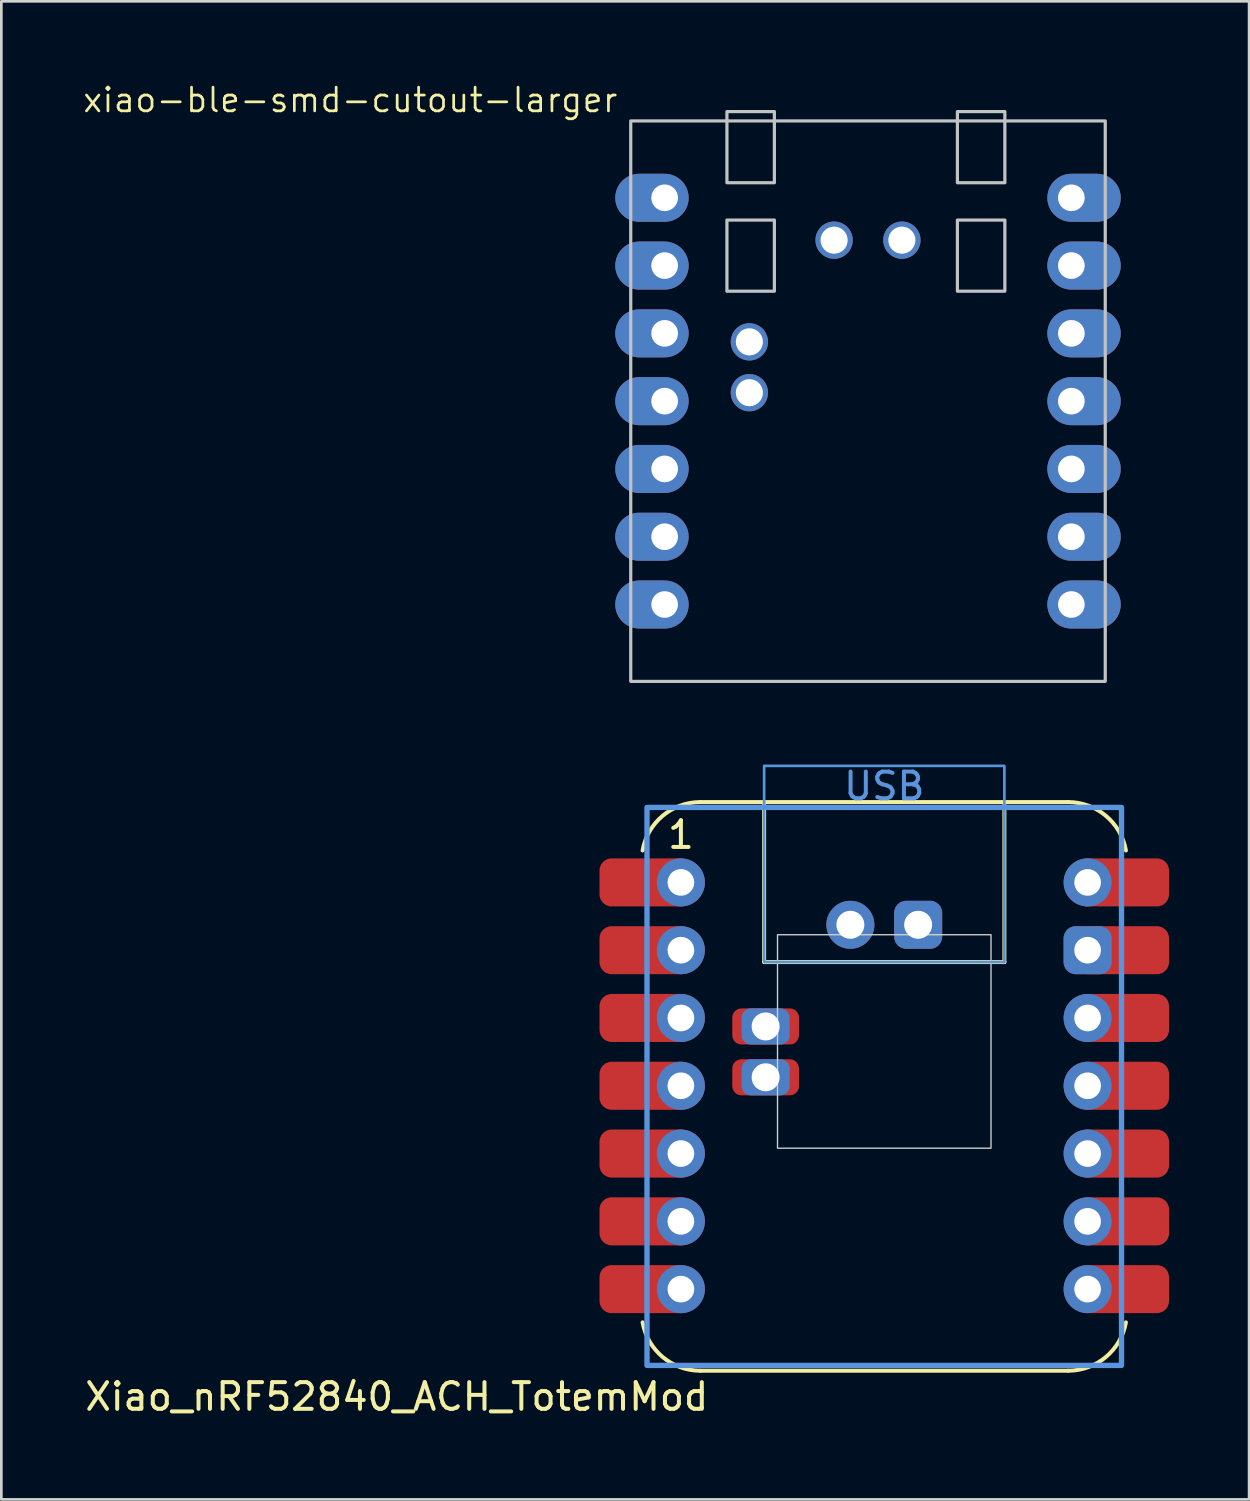
<source format=kicad_pcb>
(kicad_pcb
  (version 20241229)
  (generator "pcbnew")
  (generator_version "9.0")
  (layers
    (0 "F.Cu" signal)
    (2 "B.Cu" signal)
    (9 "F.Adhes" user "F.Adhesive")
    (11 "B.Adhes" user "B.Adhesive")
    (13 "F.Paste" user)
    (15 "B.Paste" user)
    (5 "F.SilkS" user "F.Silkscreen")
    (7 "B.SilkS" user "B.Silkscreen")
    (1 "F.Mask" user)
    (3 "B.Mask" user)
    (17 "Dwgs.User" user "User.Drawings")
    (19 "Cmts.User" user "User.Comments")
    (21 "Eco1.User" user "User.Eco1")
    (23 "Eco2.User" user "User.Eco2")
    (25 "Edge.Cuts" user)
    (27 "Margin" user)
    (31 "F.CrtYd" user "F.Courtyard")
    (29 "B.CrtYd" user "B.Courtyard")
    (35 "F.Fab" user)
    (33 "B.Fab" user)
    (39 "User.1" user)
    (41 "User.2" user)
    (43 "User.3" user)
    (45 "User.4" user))
  (footprint "xiao-ble-smd-cutout-larger"
    (layer "F.Cu")
    (at 29.474 11.981)
    (property "Reference" "xiao-ble-smd-cutout-larger" (at -19.399 -11.283 0) (layer "F.SilkS") (effects (font (size 0.889 0.889) (thickness 0.102))))
    (attr smd exclude_from_pos_files)
    (fp_rect (start -8.89 10.5) (end 8.89 -10.5) (stroke (width 0.12) (type solid)) (fill no) (layer "Dwgs.User"))
    (fp_rect (start -5.286 -6.786) (end -3.508 -4.119) (stroke (width 0.12) (type solid)) (fill no) (layer "Dwgs.User"))
    (fp_rect (start -3.508 -8.183) (end -5.286 -10.85) (stroke (width 0.12) (type solid)) (fill no) (layer "Dwgs.User"))
    (fp_rect (start 3.35 -10.85) (end 5.128 -8.183) (stroke (width 0.12) (type solid)) (fill no) (layer "Dwgs.User"))
    (fp_rect (start 3.35 -6.786) (end 5.128 -4.119) (stroke (width 0.12) (type solid)) (fill no) (layer "Dwgs.User"))
    (pad "1" thru_hole oval (at -7.62 -7.62) (size 2.75 1.8) (drill 1 (offset -0.475 0)) (layers "*.Cu" "*.Mask"))
    (pad "2" thru_hole oval (at -7.62 -5.08) (size 2.75 1.8) (drill 1 (offset -0.475 0)) (layers "*.Cu" "*.Mask"))
    (pad "3" thru_hole oval (at -7.62 -2.54) (size 2.75 1.8) (drill 1 (offset -0.475 0)) (layers "*.Cu" "*.Mask"))
    (pad "4" thru_hole oval (at -7.62 0) (size 2.75 1.8) (drill 1 (offset -0.475 0)) (layers "*.Cu" "*.Mask"))
    (pad "5" thru_hole oval (at -7.62 2.54) (size 2.75 1.8) (drill 1 (offset -0.475 0)) (layers "*.Cu" "*.Mask"))
    (pad "6" thru_hole oval (at -7.62 5.08) (size 2.75 1.8) (drill 1 (offset -0.475 0)) (layers "*.Cu" "*.Mask"))
    (pad "7" thru_hole oval (at -7.62 7.62) (size 2.75 1.8) (drill 1 (offset -0.475 0)) (layers "*.Cu" "*.Mask"))
    (pad "8" thru_hole oval (at 7.62 7.62 180) (size 2.75 1.8) (drill 1 (offset -0.475 0)) (layers "*.Cu" "*.Mask"))
    (pad "9" thru_hole oval (at 7.62 5.08 180) (size 2.75 1.8) (drill 1 (offset -0.475 0)) (layers "*.Cu" "*.Mask"))
    (pad "10" thru_hole oval (at 7.62 2.54 180) (size 2.75 1.8) (drill 1 (offset -0.475 0)) (layers "*.Cu" "*.Mask"))
    (pad "11" thru_hole oval (at 7.62 0 180) (size 2.75 1.8) (drill 1 (offset -0.475 0)) (layers "*.Cu" "*.Mask"))
    (pad "12" thru_hole oval (at 7.62 -2.54 180) (size 2.75 1.8) (drill 1 (offset -0.475 0)) (layers "*.Cu" "*.Mask"))
    (pad "13" thru_hole oval (at 7.62 -5.08 180) (size 2.75 1.8) (drill 1 (offset -0.475 0)) (layers "*.Cu" "*.Mask"))
    (pad "14" thru_hole oval (at 7.62 -7.62 180) (size 2.75 1.8) (drill 1 (offset -0.475 0)) (layers "*.Cu" "*.Mask"))
    (pad "17" thru_hole circle (at -1.27 -6.032 90) (size 1.397 1.397) (drill 1.016) (property pad_prop_castellated) (layers "*.Cu" "*.Mask"))
    (pad "18" thru_hole circle (at 1.27 -6.032 90) (size 1.397 1.397) (drill 1.016) (property pad_prop_castellated) (layers "*.Cu" "*.Mask"))
    (pad "19" thru_hole circle (at -4.445 -0.317 180) (size 1.397 1.397) (drill 1.016) (property pad_prop_castellated) (layers "*.Cu" "*.Mask"))
    (pad "20" thru_hole circle (at -4.445 -2.222 180) (size 1.397 1.397) (drill 1.016) (property pad_prop_castellated) (layers "*.Cu" "*.Mask")))
  (footprint "Xiao_nRF52840_ACH_TotemMod"
    (layer "F.Cu")
    (at 30.083 37.634)
    (property "Reference" "Xiao_nRF52840_ACH_TotemMod" (at -6.5 11.65 0) (layer "F.SilkS") (effects (font (size 1 1) (thickness 0.15)) (justify right)))
    (attr through_hole exclude_from_pos_files exclude_from_bom)
    (fp_line (start -6.89 -10.63) (end 6.89 -10.63) (stroke (width 0.15) (type default)) (layer "F.SilkS"))
    (fp_line (start -4.501 -4.636) (end -4.501 -10.63) (stroke (width 0.15) (type default)) (layer "F.SilkS"))
    (fp_line (start 4.501 -4.636) (end -4.501 -4.636) (stroke (width 0.15) (type default)) (layer "F.SilkS"))
    (fp_line (start 4.501 -4.636) (end 4.501 -10.63) (stroke (width 0.15) (type default)) (layer "F.SilkS"))
    (fp_line (start 6.89 10.678) (end -6.89 10.678) (stroke (width 0.15) (type default)) (layer "F.SilkS"))
    (fp_arc (start -9.055742 -8.816738) (mid -8.302299 -10.116834) (end -6.890001 -10.63) (stroke (width 0.15) (type default)) (layer "F.SilkS"))
    (fp_arc (start -6.89 10.6775) (mid -8.302299 10.164335) (end -9.055742 8.864239) (stroke (width 0.15) (type default)) (layer "F.SilkS"))
    (fp_arc (start 6.889999 -10.63) (mid 8.302298 -10.116835) (end 9.05574 -8.816738) (stroke (width 0.15) (type default)) (layer "F.SilkS"))
    (fp_arc (start 9.05574 8.864238) (mid 8.302298 10.164335) (end 6.889999 10.6775) (stroke (width 0.15) (type default)) (layer "F.SilkS"))
    (fp_rect (start -8.89 -10.43) (end 8.89 10.477) (stroke (width 0.2) (type solid)) (fill no) (layer "Cmts.User"))
    (fp_rect (start -4.501 -11.986) (end 4.501 -4.636) (stroke (width 0.1) (type default)) (fill no) (layer "Cmts.User"))
    (fp_rect (start -4 -5.66) (end 4 2.34) (stroke (width 0.05) (type default)) (fill no) (layer "Edge.Cuts"))
    (fp_text user "1" (at -7.62 -8.82 0) (layer "F.SilkS") (effects (font (size 1 1) (thickness 0.15)) (justify bottom)))
    (fp_text user "USB" (at -0.000001 -10.643 0) (layer "Cmts.User") (effects (font (size 1 1) (thickness 0.15)) (justify bottom)))
    (pad "1" smd roundrect (at -8.92 -7.62) (size 3.5 1.8) (layers "F.Cu" "F.Mask") (roundrect_rratio 0.25))
    (pad "1" thru_hole circle (at -7.62 -7.62) (size 1.8 1.8) (drill 1) (layers "*.Cu" "*.Mask"))
    (pad "2" smd roundrect (at -8.92 -5.08) (size 3.5 1.8) (layers "F.Cu" "F.Mask") (roundrect_rratio 0.25))
    (pad "2" thru_hole circle (at -7.62 -5.08) (size 1.8 1.8) (drill 1) (layers "*.Cu" "*.Mask"))
    (pad "3" smd roundrect (at -8.92 -2.54) (size 3.5 1.8) (layers "F.Cu" "F.Mask") (roundrect_rratio 0.25))
    (pad "3" thru_hole circle (at -7.62 -2.54) (size 1.8 1.8) (drill 1) (layers "*.Cu" "*.Mask"))
    (pad "4" smd roundrect (at -8.92 0) (size 3.5 1.8) (layers "F.Cu" "F.Mask") (roundrect_rratio 0.25))
    (pad "4" thru_hole circle (at -7.62 0) (size 1.8 1.8) (drill 1) (layers "*.Cu" "*.Mask"))
    (pad "5" smd roundrect (at -8.92 2.54) (size 3.5 1.8) (layers "F.Cu" "F.Mask") (roundrect_rratio 0.25))
    (pad "5" thru_hole circle (at -7.62 2.54) (size 1.8 1.8) (drill 1) (layers "*.Cu" "*.Mask"))
    (pad "6" smd roundrect (at -8.92 5.08) (size 3.5 1.8) (layers "F.Cu" "F.Mask") (roundrect_rratio 0.25))
    (pad "6" thru_hole circle (at -7.62 5.08) (size 1.8 1.8) (drill 1) (layers "*.Cu" "*.Mask"))
    (pad "7" smd roundrect (at -8.92 7.62) (size 3.5 1.8) (layers "F.Cu" "F.Mask") (roundrect_rratio 0.25))
    (pad "7" thru_hole circle (at -7.62 7.62) (size 1.8 1.8) (drill 1) (layers "*.Cu" "*.Mask"))
    (pad "8" thru_hole circle (at 7.62 -7.62 180) (size 1.8 1.8) (drill 1) (layers "*.Cu" "*.Mask"))
    (pad "8" smd roundrect (at 8.92 -7.62 180) (size 3.5 1.8) (layers "F.Cu" "F.Mask") (roundrect_rratio 0.25))
    (pad "9" thru_hole roundrect (at 7.62 -5.08 180) (size 1.8 1.8) (drill 1) (layers "*.Cu" "*.Mask") (roundrect_rratio 0.25))
    (pad "9" smd roundrect (at 8.92 -5.08 180) (size 3.5 1.8) (layers "F.Cu" "F.Mask") (roundrect_rratio 0.25))
    (pad "10" thru_hole circle (at 7.62 -2.54 180) (size 1.8 1.8) (drill 1) (layers "*.Cu" "*.Mask"))
    (pad "10" smd roundrect (at 8.92 -2.54 180) (size 3.5 1.8) (layers "F.Cu" "F.Mask") (roundrect_rratio 0.25))
    (pad "11" thru_hole circle (at 7.62 0 180) (size 1.8 1.8) (drill 1) (layers "*.Cu" "*.Mask"))
    (pad "11" smd roundrect (at 8.92 0 180) (size 3.5 1.8) (layers "F.Cu" "F.Mask") (roundrect_rratio 0.25))
    (pad "12" thru_hole circle (at 7.62 2.54 180) (size 1.8 1.8) (drill 1) (layers "*.Cu" "*.Mask"))
    (pad "12" smd roundrect (at 8.92 2.54 180) (size 3.5 1.8) (layers "F.Cu" "F.Mask") (roundrect_rratio 0.25))
    (pad "13" thru_hole circle (at 7.62 5.08) (size 1.8 1.8) (drill 1) (layers "*.Cu" "*.Mask"))
    (pad "13" smd roundrect (at 8.92 5.08) (size 3.5 1.8) (layers "F.Cu" "F.Mask") (roundrect_rratio 0.25))
    (pad "14" thru_hole circle (at 7.62 7.62) (size 1.8 1.8) (drill 1) (layers "*.Cu" "*.Mask"))
    (pad "14" smd roundrect (at 8.92 7.62) (size 3.5 1.8) (layers "F.Cu" "F.Mask") (roundrect_rratio 0.25))
    (pad "15" thru_hole roundrect (at -4.445 -2.223) (size 1.8 1.35) (drill 1.05) (layers "*.Cu" "*.Mask") (roundrect_rratio 0.25))
    (pad "15" smd roundrect (at -4.445 -2.223) (size 2.5 1.35) (layers "F.Cu" "F.Mask") (roundrect_rratio 0.25))
    (pad "16" thru_hole roundrect (at -4.445 -0.318) (size 1.8 1.35) (drill 1.05) (layers "*.Cu" "*.Mask") (roundrect_rratio 0.25))
    (pad "16" smd roundrect (at -4.445 -0.318) (size 2.5 1.35) (layers "F.Cu" "F.Mask") (roundrect_rratio 0.25))
    (pad "21" thru_hole circle (at -1.27 -6.032 180) (size 1.8 1.8) (drill 1.05) (layers "*.Cu" "*.Mask"))
    (pad "22" thru_hole roundrect (at 1.27 -6.032 180) (size 1.8 1.8) (drill 1.05) (layers "*.Cu" "*.Mask") (roundrect_rratio 0.25)))
  (gr_rect
    (start -3 -3)
    (end 43.753 53.132)
    (stroke (width 0.1) (type default))
    (fill no)
    (layer "Edge.Cuts")))
</source>
